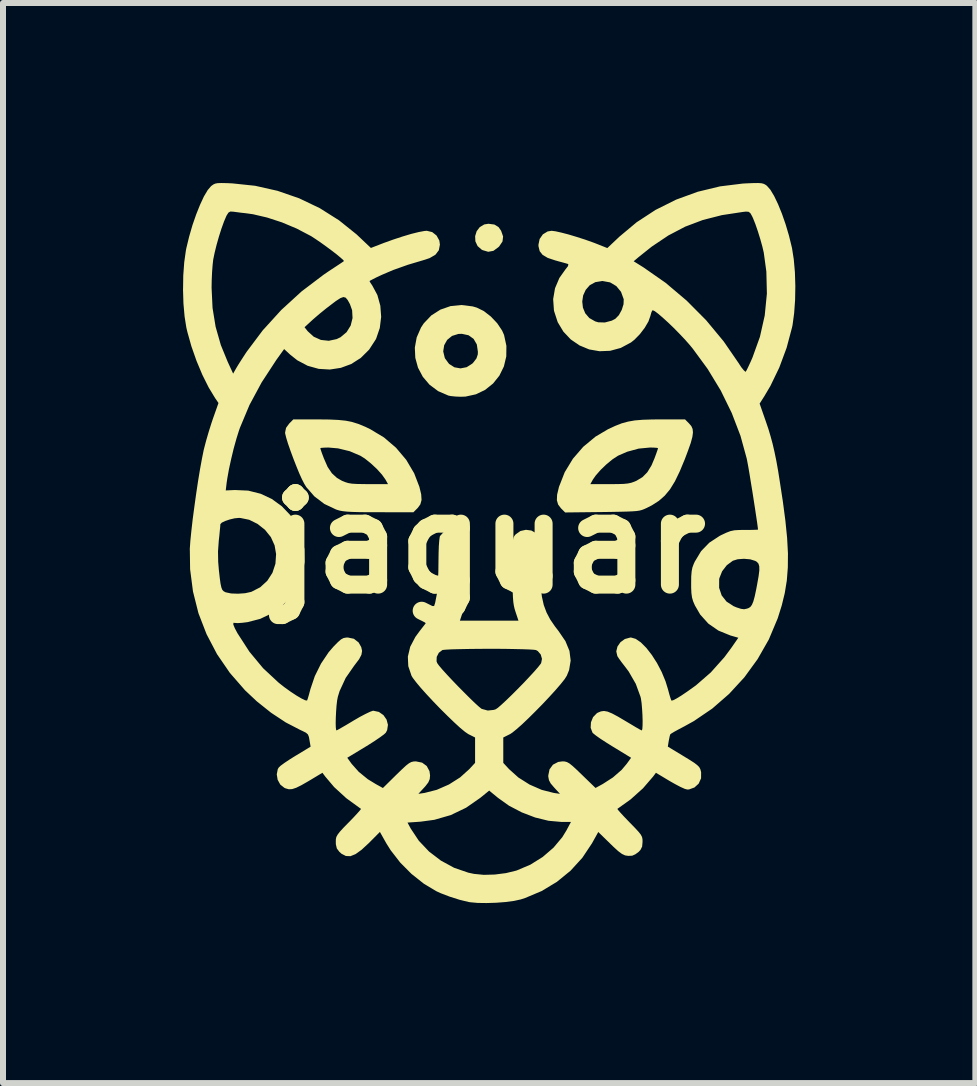
<source format=kicad_pcb>
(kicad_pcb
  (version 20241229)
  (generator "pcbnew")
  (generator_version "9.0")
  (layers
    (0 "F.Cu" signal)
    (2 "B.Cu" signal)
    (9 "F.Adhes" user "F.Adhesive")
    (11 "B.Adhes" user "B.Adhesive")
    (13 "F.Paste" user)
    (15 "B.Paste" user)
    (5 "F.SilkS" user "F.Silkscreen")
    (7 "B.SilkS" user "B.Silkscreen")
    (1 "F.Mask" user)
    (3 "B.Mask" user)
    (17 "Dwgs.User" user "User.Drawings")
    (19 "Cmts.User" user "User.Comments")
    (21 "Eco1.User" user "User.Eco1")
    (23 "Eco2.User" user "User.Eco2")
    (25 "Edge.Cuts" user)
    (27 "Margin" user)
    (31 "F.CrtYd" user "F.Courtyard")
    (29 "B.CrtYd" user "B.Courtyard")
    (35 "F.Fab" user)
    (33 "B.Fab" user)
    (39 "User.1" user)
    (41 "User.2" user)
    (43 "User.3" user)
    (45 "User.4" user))
  (footprint "jaguar"
    (layer "F.Cu")
    (at 5.102 6.003)
    (property "Reference" "jaguar" (at 0 0 0) (layer "F.SilkS") (effects (font (size 1.524 1.524) (thickness 0.3))))
    (attr board_only exclude_from_pos_files exclude_from_bom)
    (fp_poly (pts (xy 0.087 -5.311) (xy 0.157 -5.268) (xy 0.199 -5.207) (xy 0.232 -5.112) (xy 0.222 -5.029) (xy 0.167 -4.947) (xy 0.155 -4.935) (xy 0.071 -4.873) (xy -0.016 -4.857) (xy -0.111 -4.885) (xy -0.123 -4.891) (xy -0.193 -4.952) (xy -0.23 -5.031) (xy -0.234 -5.117) (xy -0.209 -5.199) (xy -0.157 -5.268) (xy -0.082 -5.313) (xy -0.012 -5.324)) (stroke (width 0) (type solid)) (fill yes) (layer "F.SilkS"))
    (fp_poly (pts (xy -0.276 -3.947) (xy -0.207 -3.927) (xy -0.089 -3.869) (xy 0.028 -3.778) (xy 0.134 -3.666) (xy 0.215 -3.545) (xy 0.248 -3.471) (xy 0.287 -3.29) (xy 0.285 -3.113) (xy 0.245 -2.946) (xy 0.17 -2.793) (xy 0.065 -2.662) (xy -0.067 -2.556) (xy -0.221 -2.482) (xy -0.394 -2.444) (xy -0.476 -2.441) (xy -0.564 -2.445) (xy -0.641 -2.453) (xy -0.68 -2.461) (xy -0.851 -2.535) (xy -0.994 -2.642) (xy -1.106 -2.774) (xy -1.186 -2.925) (xy -1.231 -3.089) (xy -1.236 -3.197) (xy -0.766 -3.197) (xy -0.74 -3.089) (xy -0.735 -3.079) (xy -0.668 -2.988) (xy -0.579 -2.932) (xy -0.478 -2.914) (xy -0.375 -2.934) (xy -0.281 -2.994) (xy -0.264 -3.012) (xy -0.212 -3.08) (xy -0.19 -3.146) (xy -0.188 -3.19) (xy -0.206 -3.313) (xy -0.26 -3.406) (xy -0.344 -3.466) (xy -0.455 -3.49) (xy -0.513 -3.488) (xy -0.619 -3.455) (xy -0.7 -3.389) (xy -0.75 -3.3) (xy -0.766 -3.197) (xy -1.236 -3.197) (xy -1.239 -3.26) (xy -1.208 -3.43) (xy -1.136 -3.595) (xy -1.089 -3.666) (xy -0.964 -3.797) (xy -0.813 -3.893) (xy -0.644 -3.952) (xy -0.462 -3.97)) (stroke (width 0) (type solid)) (fill yes) (layer "F.SilkS"))
    (fp_poly (pts (xy 3.332 -1.995) (xy 3.369 -1.952) (xy 3.39 -1.904) (xy 3.396 -1.846) (xy 3.386 -1.771) (xy 3.359 -1.671) (xy 3.313 -1.541) (xy 3.26 -1.4) (xy 3.175 -1.196) (xy 3.095 -1.031) (xy 3.014 -0.899) (xy 2.926 -0.793) (xy 2.828 -0.707) (xy 2.713 -0.633) (xy 2.627 -0.589) (xy 2.587 -0.571) (xy 2.549 -0.556) (xy 2.509 -0.545) (xy 2.458 -0.537) (xy 2.391 -0.532) (xy 2.301 -0.528) (xy 2.182 -0.525) (xy 2.027 -0.522) (xy 1.882 -0.52) (xy 1.266 -0.513) (xy 1.196 -0.583) (xy 1.149 -0.645) (xy 1.128 -0.717) (xy 1.132 -0.809) (xy 1.161 -0.931) (xy 1.163 -0.94) (xy 1.181 -0.985) (xy 1.686 -0.985) (xy 2.01 -0.985) (xy 2.144 -0.986) (xy 2.241 -0.989) (xy 2.312 -0.996) (xy 2.368 -1.008) (xy 2.419 -1.026) (xy 2.454 -1.041) (xy 2.555 -1.102) (xy 2.636 -1.184) (xy 2.705 -1.297) (xy 2.755 -1.415) (xy 2.784 -1.494) (xy 2.805 -1.554) (xy 2.814 -1.583) (xy 2.814 -1.584) (xy 2.793 -1.59) (xy 2.738 -1.594) (xy 2.679 -1.595) (xy 2.491 -1.577) (xy 2.3 -1.525) (xy 2.148 -1.459) (xy 2.056 -1.399) (xy 1.955 -1.316) (xy 1.857 -1.222) (xy 1.775 -1.128) (xy 1.728 -1.061) (xy 1.686 -0.985) (xy 1.181 -0.985) (xy 1.259 -1.184) (xy 1.395 -1.408) (xy 1.567 -1.607) (xy 1.772 -1.777) (xy 1.982 -1.901) (xy 2.101 -1.956) (xy 2.208 -1.998) (xy 2.314 -2.027) (xy 2.428 -2.047) (xy 2.562 -2.058) (xy 2.725 -2.063) (xy 2.856 -2.064) (xy 3.264 -2.064)) (stroke (width 0) (type solid)) (fill yes) (layer "F.SilkS"))
    (fp_poly (pts (xy -2.668 -2.062) (xy -2.515 -2.055) (xy -2.389 -2.042) (xy -2.278 -2.019) (xy -2.173 -1.986) (xy -2.063 -1.94) (xy -1.982 -1.901) (xy -1.753 -1.763) (xy -1.552 -1.591) (xy -1.383 -1.391) (xy -1.25 -1.166) (xy -1.163 -0.94) (xy -1.133 -0.815) (xy -1.127 -0.721) (xy -1.147 -0.648) (xy -1.192 -0.586) (xy -1.194 -0.585) (xy -1.263 -0.516) (xy -1.845 -0.517) (xy -2.03 -0.517) (xy -2.175 -0.519) (xy -2.286 -0.522) (xy -2.371 -0.527) (xy -2.436 -0.534) (xy -2.488 -0.543) (xy -2.533 -0.556) (xy -2.555 -0.564) (xy -2.747 -0.655) (xy -2.913 -0.781) (xy -3.047 -0.935) (xy -3.081 -0.99) (xy -3.119 -1.064) (xy -3.165 -1.165) (xy -3.214 -1.285) (xy -3.264 -1.413) (xy -3.311 -1.54) (xy -3.326 -1.584) (xy -2.814 -1.584) (xy -2.807 -1.558) (xy -2.787 -1.5) (xy -2.758 -1.423) (xy -2.755 -1.415) (xy -2.692 -1.271) (xy -2.621 -1.166) (xy -2.537 -1.089) (xy -2.454 -1.041) (xy -2.4 -1.019) (xy -2.349 -1.003) (xy -2.288 -0.993) (xy -2.208 -0.988) (xy -2.099 -0.986) (xy -2.01 -0.985) (xy -1.686 -0.985) (xy -1.728 -1.061) (xy -1.787 -1.144) (xy -1.872 -1.238) (xy -1.972 -1.331) (xy -2.073 -1.412) (xy -2.148 -1.459) (xy -2.325 -1.534) (xy -2.518 -1.581) (xy -2.679 -1.595) (xy -2.751 -1.593) (xy -2.801 -1.589) (xy -2.814 -1.584) (xy -3.326 -1.584) (xy -3.352 -1.658) (xy -3.382 -1.756) (xy -3.399 -1.825) (xy -3.401 -1.845) (xy -3.385 -1.923) (xy -3.333 -1.994) (xy -3.332 -1.995) (xy -3.264 -2.064) (xy -2.856 -2.064)) (stroke (width 0) (type solid)) (fill yes) (layer "F.SilkS"))
    (fp_poly (pts (xy -4.368 -6.001) (xy -4.28 -5.997) (xy -3.9 -5.957) (xy -3.527 -5.873) (xy -3.166 -5.748) (xy -2.823 -5.584) (xy -2.503 -5.382) (xy -2.21 -5.147) (xy -2.17 -5.109) (xy -1.971 -4.921) (xy -1.754 -5.005) (xy -1.598 -5.061) (xy -1.443 -5.112) (xy -1.299 -5.155) (xy -1.174 -5.186) (xy -1.078 -5.204) (xy -1.039 -5.207) (xy -0.949 -5.185) (xy -0.877 -5.128) (xy -0.831 -5.045) (xy -0.821 -4.977) (xy -0.839 -4.883) (xy -0.895 -4.809) (xy -0.992 -4.752) (xy -1.071 -4.725) (xy -1.353 -4.641) (xy -1.598 -4.554) (xy -1.788 -4.473) (xy -1.876 -4.432) (xy -1.945 -4.397) (xy -1.986 -4.375) (xy -1.994 -4.368) (xy -1.981 -4.344) (xy -1.951 -4.299) (xy -1.946 -4.291) (xy -1.863 -4.136) (xy -1.814 -3.959) (xy -1.8 -3.773) (xy -1.823 -3.587) (xy -1.882 -3.414) (xy -1.89 -3.397) (xy -2.001 -3.226) (xy -2.139 -3.089) (xy -2.298 -2.987) (xy -2.472 -2.923) (xy -2.655 -2.895) (xy -2.841 -2.906) (xy -3.024 -2.957) (xy -3.198 -3.049) (xy -3.314 -3.141) (xy -3.417 -3.236) (xy -3.547 -3.055) (xy -3.792 -2.68) (xy -3.994 -2.305) (xy -4.154 -1.923) (xy -4.171 -1.874) (xy -4.213 -1.739) (xy -4.258 -1.577) (xy -4.3 -1.402) (xy -4.337 -1.232) (xy -4.364 -1.081) (xy -4.375 -1.008) (xy -4.39 -0.88) (xy -4.237 -0.887) (xy -4.016 -0.877) (xy -3.809 -0.825) (xy -3.621 -0.737) (xy -3.455 -0.616) (xy -3.314 -0.468) (xy -3.202 -0.297) (xy -3.122 -0.106) (xy -3.079 0.098) (xy -3.076 0.313) (xy -3.109 0.505) (xy -3.184 0.703) (xy -3.298 0.882) (xy -3.445 1.038) (xy -3.619 1.166) (xy -3.815 1.26) (xy -4.026 1.315) (xy -4.029 1.315) (xy -4.118 1.326) (xy -4.19 1.331) (xy -4.233 1.328) (xy -4.235 1.328) (xy -4.262 1.326) (xy -4.264 1.355) (xy -4.239 1.416) (xy -4.195 1.499) (xy -3.996 1.807) (xy -3.767 2.083) (xy -3.508 2.324) (xy -3.414 2.398) (xy -3.307 2.475) (xy -3.208 2.54) (xy -3.126 2.588) (xy -3.066 2.617) (xy -3.036 2.621) (xy -3.035 2.621) (xy -3.025 2.595) (xy -3.007 2.535) (xy -2.985 2.454) (xy -2.979 2.431) (xy -2.906 2.215) (xy -2.802 2.005) (xy -2.675 1.816) (xy -2.593 1.721) (xy -2.521 1.648) (xy -2.47 1.603) (xy -2.427 1.58) (xy -2.384 1.572) (xy -2.355 1.571) (xy -2.254 1.592) (xy -2.176 1.653) (xy -2.132 1.731) (xy -2.118 1.794) (xy -2.129 1.859) (xy -2.168 1.933) (xy -2.24 2.028) (xy -2.25 2.041) (xy -2.391 2.244) (xy -2.493 2.464) (xy -2.522 2.559) (xy -2.534 2.621) (xy -2.544 2.707) (xy -2.551 2.805) (xy -2.556 2.906) (xy -2.558 2.998) (xy -2.556 3.07) (xy -2.55 3.113) (xy -2.545 3.119) (xy -2.521 3.108) (xy -2.465 3.076) (xy -2.385 3.03) (xy -2.288 2.972) (xy -2.26 2.955) (xy -2.155 2.894) (xy -2.06 2.844) (xy -1.984 2.808) (xy -1.936 2.791) (xy -1.931 2.791) (xy -1.838 2.811) (xy -1.762 2.864) (xy -1.71 2.939) (xy -1.687 3.026) (xy -1.7 3.114) (xy -1.723 3.158) (xy -1.755 3.187) (xy -1.819 3.234) (xy -1.907 3.294) (xy -2.012 3.361) (xy -2.061 3.391) (xy -2.365 3.575) (xy -2.292 3.676) (xy -2.175 3.808) (xy -2.023 3.932) (xy -1.892 4.012) (xy -1.771 4.079) (xy -1.546 3.857) (xy -1.453 3.767) (xy -1.387 3.706) (xy -1.337 3.667) (xy -1.298 3.646) (xy -1.261 3.637) (xy -1.221 3.635) (xy -1.118 3.656) (xy -1.041 3.712) (xy -0.995 3.798) (xy -0.985 3.869) (xy -0.991 3.931) (xy -1.014 3.985) (xy -1.062 4.048) (xy -1.083 4.071) (xy -1.18 4.176) (xy -1.077 4.161) (xy -0.873 4.109) (xy -0.67 4.02) (xy -0.484 3.902) (xy -0.331 3.764) (xy -0.235 3.66) (xy -0.235 3.237) (xy -0.349 3.18) (xy -0.404 3.142) (xy -0.485 3.075) (xy -0.583 2.985) (xy -0.694 2.878) (xy -0.811 2.762) (xy -0.928 2.641) (xy -1.039 2.522) (xy -1.138 2.412) (xy -1.218 2.316) (xy -1.274 2.242) (xy -1.294 2.209) (xy -1.348 2.049) (xy -1.352 1.967) (xy -0.877 1.967) (xy -0.866 1.997) (xy -0.837 2.038) (xy -0.781 2.104) (xy -0.705 2.188) (xy -0.615 2.284) (xy -0.517 2.386) (xy -0.417 2.487) (xy -0.323 2.581) (xy -0.239 2.662) (xy -0.173 2.722) (xy -0.13 2.757) (xy -0.122 2.761) (xy -0.023 2.788) (xy 0.078 2.777) (xy 0.108 2.767) (xy 0.143 2.744) (xy 0.203 2.692) (xy 0.283 2.618) (xy 0.375 2.529) (xy 0.475 2.429) (xy 0.575 2.327) (xy 0.669 2.227) (xy 0.752 2.137) (xy 0.817 2.062) (xy 0.858 2.01) (xy 0.866 1.997) (xy 0.88 1.927) (xy 0.859 1.854) (xy 0.81 1.797) (xy 0.78 1.78) (xy 0.744 1.775) (xy 0.666 1.77) (xy 0.554 1.766) (xy 0.414 1.763) (xy 0.252 1.76) (xy 0.074 1.759) (xy 0 1.759) (xy -0.182 1.76) (xy -0.351 1.762) (xy -0.501 1.765) (xy -0.625 1.768) (xy -0.717 1.773) (xy -0.771 1.778) (xy -0.78 1.78) (xy -0.839 1.825) (xy -0.874 1.893) (xy -0.877 1.967) (xy -1.352 1.967) (xy -1.355 1.888) (xy -1.316 1.725) (xy -1.23 1.561) (xy -1.158 1.463) (xy -1.067 1.346) (xy -0.995 1.233) (xy -0.94 1.117) (xy -0.9 0.991) (xy -0.872 0.846) (xy -0.855 0.676) (xy -0.847 0.472) (xy -0.845 0.297) (xy -0.843 0.164) (xy -0.839 0.046) (xy -0.832 -0.046) (xy -0.824 -0.105) (xy -0.82 -0.119) (xy -0.761 -0.184) (xy -0.679 -0.218) (xy -0.587 -0.222) (xy -0.498 -0.193) (xy -0.444 -0.15) (xy -0.426 -0.13) (xy -0.412 -0.109) (xy -0.402 -0.08) (xy -0.395 -0.038) (xy -0.391 0.024) (xy -0.389 0.112) (xy -0.388 0.233) (xy -0.388 0.392) (xy -0.388 0.453) (xy -0.389 0.632) (xy -0.391 0.771) (xy -0.395 0.877) (xy -0.4 0.959) (xy -0.408 1.024) (xy -0.419 1.078) (xy -0.434 1.13) (xy -0.439 1.143) (xy -0.488 1.29) (xy 0.488 1.29) (xy 0.439 1.143) (xy 0.423 1.091) (xy 0.411 1.038) (xy 0.402 0.977) (xy 0.396 0.901) (xy 0.392 0.801) (xy 0.39 0.671) (xy 0.389 0.504) (xy 0.388 0.453) (xy 0.388 0.28) (xy 0.388 0.148) (xy 0.39 0.05) (xy 0.393 -0.02) (xy 0.399 -0.068) (xy 0.408 -0.1) (xy 0.421 -0.123) (xy 0.437 -0.143) (xy 0.444 -0.15) (xy 0.521 -0.204) (xy 0.612 -0.224) (xy 0.703 -0.212) (xy 0.78 -0.169) (xy 0.82 -0.119) (xy 0.829 -0.08) (xy 0.836 -0.002) (xy 0.841 0.106) (xy 0.844 0.235) (xy 0.845 0.309) (xy 0.848 0.54) (xy 0.859 0.732) (xy 0.879 0.893) (xy 0.91 1.031) (xy 0.956 1.154) (xy 1.017 1.27) (xy 1.097 1.387) (xy 1.158 1.466) (xy 1.271 1.632) (xy 1.338 1.795) (xy 1.358 1.954) (xy 1.332 2.113) (xy 1.294 2.207) (xy 1.258 2.264) (xy 1.192 2.347) (xy 1.105 2.448) (xy 1.001 2.562) (xy 0.888 2.682) (xy 0.77 2.802) (xy 0.655 2.916) (xy 0.548 3.018) (xy 0.455 3.1) (xy 0.383 3.158) (xy 0.349 3.18) (xy 0.235 3.237) (xy 0.235 3.66) (xy 0.331 3.764) (xy 0.487 3.904) (xy 0.674 4.022) (xy 0.876 4.11) (xy 1.077 4.161) (xy 1.18 4.176) (xy 1.083 4.071) (xy 1.025 4.003) (xy 0.996 3.948) (xy 0.985 3.889) (xy 0.985 3.869) (xy 1.006 3.767) (xy 1.063 3.69) (xy 1.149 3.645) (xy 1.219 3.635) (xy 1.26 3.637) (xy 1.297 3.647) (xy 1.338 3.67) (xy 1.389 3.711) (xy 1.459 3.775) (xy 1.544 3.857) (xy 1.772 4.078) (xy 1.893 4.012) (xy 2.062 3.903) (xy 2.207 3.777) (xy 2.292 3.676) (xy 2.365 3.575) (xy 2.06 3.389) (xy 1.951 3.321) (xy 1.854 3.258) (xy 1.779 3.205) (xy 1.732 3.167) (xy 1.722 3.157) (xy 1.691 3.075) (xy 1.696 2.984) (xy 1.731 2.898) (xy 1.794 2.833) (xy 1.809 2.824) (xy 1.862 2.802) (xy 1.914 2.795) (xy 1.974 2.806) (xy 2.049 2.837) (xy 2.148 2.89) (xy 2.258 2.955) (xy 2.359 3.015) (xy 2.444 3.066) (xy 2.507 3.102) (xy 2.54 3.119) (xy 2.543 3.119) (xy 2.552 3.098) (xy 2.556 3.04) (xy 2.557 2.957) (xy 2.554 2.86) (xy 2.548 2.759) (xy 2.54 2.665) (xy 2.529 2.588) (xy 2.522 2.559) (xy 2.443 2.343) (xy 2.325 2.138) (xy 2.265 2.058) (xy 2.209 1.986) (xy 2.162 1.921) (xy 2.136 1.881) (xy 2.118 1.802) (xy 2.138 1.721) (xy 2.188 1.649) (xy 2.261 1.596) (xy 2.349 1.572) (xy 2.364 1.571) (xy 2.441 1.593) (xy 2.527 1.652) (xy 2.619 1.744) (xy 2.71 1.861) (xy 2.797 1.997) (xy 2.875 2.146) (xy 2.939 2.301) (xy 2.979 2.431) (xy 3.002 2.517) (xy 3.022 2.583) (xy 3.035 2.619) (xy 3.036 2.622) (xy 3.063 2.618) (xy 3.121 2.588) (xy 3.203 2.538) (xy 3.302 2.471) (xy 3.414 2.391) (xy 3.446 2.368) (xy 3.693 2.153) (xy 3.919 1.9) (xy 4.032 1.748) (xy 4.152 1.575) (xy 4.017 1.536) (xy 3.821 1.456) (xy 3.653 1.34) (xy 3.517 1.189) (xy 3.428 1.036) (xy 3.398 0.966) (xy 3.38 0.903) (xy 3.37 0.829) (xy 3.366 0.743) (xy 3.832 0.743) (xy 3.874 0.869) (xy 3.955 0.972) (xy 4.074 1.049) (xy 4.122 1.069) (xy 4.196 1.093) (xy 4.248 1.1) (xy 4.295 1.09) (xy 4.321 1.081) (xy 4.352 1.062) (xy 4.378 1.027) (xy 4.402 0.97) (xy 4.426 0.882) (xy 4.452 0.758) (xy 4.466 0.683) (xy 4.49 0.548) (xy 4.502 0.451) (xy 4.501 0.384) (xy 4.487 0.339) (xy 4.459 0.309) (xy 4.434 0.294) (xy 4.35 0.268) (xy 4.245 0.259) (xy 4.14 0.267) (xy 4.06 0.292) (xy 3.96 0.366) (xy 3.882 0.467) (xy 3.837 0.58) (xy 3.833 0.599) (xy 3.832 0.743) (xy 3.366 0.743) (xy 3.366 0.732) (xy 3.366 0.668) (xy 3.367 0.553) (xy 3.374 0.469) (xy 3.387 0.403) (xy 3.411 0.339) (xy 3.427 0.305) (xy 3.532 0.131) (xy 3.668 -0.009) (xy 3.84 -0.122) (xy 3.863 -0.134) (xy 3.952 -0.176) (xy 4.02 -0.202) (xy 4.087 -0.216) (xy 4.169 -0.221) (xy 4.26 -0.222) (xy 4.355 -0.222) (xy 4.429 -0.224) (xy 4.473 -0.226) (xy 4.48 -0.228) (xy 4.476 -0.265) (xy 4.466 -0.34) (xy 4.45 -0.446) (xy 4.431 -0.573) (xy 4.409 -0.715) (xy 4.386 -0.863) (xy 4.362 -1.009) (xy 4.34 -1.145) (xy 4.32 -1.263) (xy 4.303 -1.355) (xy 4.292 -1.411) (xy 4.188 -1.79) (xy 4.042 -2.171) (xy 3.859 -2.545) (xy 3.641 -2.904) (xy 3.394 -3.241) (xy 3.344 -3.302) (xy 3.264 -3.393) (xy 3.173 -3.489) (xy 3.077 -3.587) (xy 2.981 -3.679) (xy 2.892 -3.76) (xy 2.816 -3.825) (xy 2.759 -3.868) (xy 2.726 -3.883) (xy 2.722 -3.883) (xy 2.705 -3.853) (xy 2.689 -3.798) (xy 2.687 -3.789) (xy 2.654 -3.696) (xy 2.592 -3.59) (xy 2.511 -3.484) (xy 2.421 -3.392) (xy 2.363 -3.346) (xy 2.193 -3.255) (xy 2.016 -3.207) (xy 1.839 -3.2) (xy 1.666 -3.23) (xy 1.505 -3.297) (xy 1.36 -3.396) (xy 1.237 -3.526) (xy 1.142 -3.684) (xy 1.082 -3.868) (xy 1.079 -3.884) (xy 1.069 -4.029) (xy 1.551 -4.029) (xy 1.562 -3.927) (xy 1.601 -3.832) (xy 1.669 -3.753) (xy 1.767 -3.697) (xy 1.818 -3.682) (xy 1.928 -3.679) (xy 2.042 -3.709) (xy 2.102 -3.74) (xy 2.161 -3.801) (xy 2.209 -3.888) (xy 2.239 -3.983) (xy 2.242 -4.066) (xy 2.197 -4.19) (xy 2.119 -4.285) (xy 2.015 -4.347) (xy 1.889 -4.37) (xy 1.885 -4.37) (xy 1.769 -4.351) (xy 1.676 -4.3) (xy 1.609 -4.223) (xy 1.566 -4.13) (xy 1.551 -4.029) (xy 1.069 -4.029) (xy 1.066 -4.067) (xy 1.097 -4.249) (xy 1.17 -4.421) (xy 1.269 -4.561) (xy 1.312 -4.616) (xy 1.32 -4.646) (xy 1.31 -4.655) (xy 1.273 -4.666) (xy 1.204 -4.685) (xy 1.152 -4.699) (xy 2.408 -4.699) (xy 2.57 -4.598) (xy 2.94 -4.34) (xy 3.29 -4.044) (xy 3.615 -3.717) (xy 3.907 -3.365) (xy 4.152 -3.009) (xy 4.201 -2.934) (xy 4.243 -2.882) (xy 4.27 -2.858) (xy 4.275 -2.859) (xy 4.292 -2.887) (xy 4.322 -2.949) (xy 4.361 -3.033) (xy 4.389 -3.098) (xy 4.512 -3.44) (xy 4.592 -3.796) (xy 4.628 -4.16) (xy 4.619 -4.527) (xy 4.576 -4.843) (xy 4.552 -4.945) (xy 4.518 -5.068) (xy 4.478 -5.197) (xy 4.437 -5.316) (xy 4.399 -5.412) (xy 4.383 -5.447) (xy 4.354 -5.499) (xy 4.325 -5.523) (xy 4.279 -5.527) (xy 4.227 -5.521) (xy 3.879 -5.468) (xy 3.561 -5.387) (xy 3.267 -5.276) (xy 2.986 -5.129) (xy 2.71 -4.944) (xy 2.488 -4.767) (xy 2.408 -4.699) (xy 1.152 -4.699) (xy 1.118 -4.709) (xy 1.102 -4.713) (xy 0.976 -4.755) (xy 0.891 -4.805) (xy 0.842 -4.867) (xy 0.822 -4.948) (xy 0.821 -4.975) (xy 0.841 -5.071) (xy 0.895 -5.148) (xy 0.974 -5.196) (xy 1.039 -5.207) (xy 1.103 -5.199) (xy 1.202 -5.177) (xy 1.325 -5.145) (xy 1.461 -5.104) (xy 1.601 -5.059) (xy 1.736 -5.011) (xy 1.788 -4.991) (xy 1.969 -4.919) (xy 2.169 -5.108) (xy 2.457 -5.349) (xy 2.774 -5.556) (xy 3.115 -5.726) (xy 3.474 -5.857) (xy 3.846 -5.947) (xy 4.226 -5.994) (xy 4.28 -5.997) (xy 4.4 -6.002) (xy 4.483 -6.003) (xy 4.539 -5.999) (xy 4.577 -5.989) (xy 4.608 -5.972) (xy 4.63 -5.955) (xy 4.686 -5.891) (xy 4.748 -5.788) (xy 4.813 -5.653) (xy 4.878 -5.493) (xy 4.94 -5.315) (xy 4.996 -5.126) (xy 5.043 -4.934) (xy 5.047 -4.916) (xy 5.076 -4.731) (xy 5.095 -4.516) (xy 5.102 -4.285) (xy 5.098 -4.052) (xy 5.082 -3.832) (xy 5.056 -3.639) (xy 5.047 -3.596) (xy 4.957 -3.258) (xy 4.835 -2.929) (xy 4.687 -2.622) (xy 4.584 -2.448) (xy 4.507 -2.327) (xy 4.608 -2.037) (xy 4.652 -1.908) (xy 4.689 -1.784) (xy 4.723 -1.659) (xy 4.754 -1.525) (xy 4.785 -1.375) (xy 4.816 -1.201) (xy 4.848 -0.997) (xy 4.885 -0.754) (xy 4.893 -0.704) (xy 4.936 -0.377) (xy 4.965 -0.089) (xy 4.979 0.169) (xy 4.977 0.403) (xy 4.96 0.621) (xy 4.926 0.83) (xy 4.876 1.035) (xy 4.81 1.246) (xy 4.805 1.259) (xy 4.66 1.604) (xy 4.474 1.93) (xy 4.253 2.234) (xy 3.999 2.51) (xy 3.718 2.755) (xy 3.412 2.963) (xy 3.255 3.05) (xy 3.162 3.099) (xy 3.085 3.141) (xy 3.034 3.172) (xy 3.018 3.184) (xy 3.008 3.217) (xy 2.996 3.276) (xy 2.992 3.295) (xy 2.977 3.389) (xy 3.223 3.538) (xy 3.336 3.607) (xy 3.416 3.658) (xy 3.468 3.698) (xy 3.501 3.732) (xy 3.519 3.766) (xy 3.53 3.807) (xy 3.532 3.819) (xy 3.531 3.918) (xy 3.491 4.006) (xy 3.421 4.07) (xy 3.33 4.103) (xy 3.301 4.104) (xy 3.259 4.093) (xy 3.188 4.061) (xy 3.099 4.014) (xy 3.012 3.965) (xy 2.779 3.825) (xy 2.732 3.888) (xy 2.564 4.083) (xy 2.358 4.268) (xy 2.136 4.427) (xy 2.148 4.445) (xy 2.187 4.49) (xy 2.247 4.555) (xy 2.324 4.635) (xy 2.341 4.653) (xy 2.429 4.743) (xy 2.489 4.808) (xy 2.527 4.856) (xy 2.547 4.895) (xy 2.555 4.933) (xy 2.556 4.976) (xy 2.549 5.055) (xy 2.521 5.111) (xy 2.492 5.142) (xy 2.437 5.183) (xy 2.386 5.206) (xy 2.381 5.207) (xy 2.318 5.21) (xy 2.265 5.202) (xy 2.212 5.177) (xy 2.149 5.13) (xy 2.069 5.057) (xy 2.02 5.009) (xy 1.818 4.812) (xy 1.713 5.001) (xy 1.553 5.241) (xy 1.356 5.457) (xy 1.128 5.643) (xy 0.874 5.796) (xy 0.599 5.912) (xy 0.525 5.936) (xy 0.415 5.96) (xy 0.273 5.979) (xy 0.115 5.991) (xy -0.045 5.996) (xy -0.192 5.994) (xy -0.312 5.983) (xy -0.34 5.979) (xy -0.492 5.942) (xy -0.656 5.89) (xy -0.808 5.832) (xy -0.88 5.799) (xy -1.09 5.673) (xy -1.295 5.51) (xy -1.482 5.322) (xy -1.641 5.117) (xy -1.714 5.001) (xy -1.821 4.811) (xy -2.007 4.998) (xy -2.126 5.108) (xy -2.226 5.18) (xy -2.312 5.215) (xy -2.388 5.212) (xy -2.46 5.175) (xy -2.497 5.142) (xy -2.539 5.086) (xy -2.555 5.017) (xy -2.556 4.977) (xy -2.555 4.933) (xy -2.547 4.895) (xy -2.526 4.856) (xy -2.489 4.808) (xy -2.429 4.742) (xy -2.344 4.655) (xy -1.361 4.655) (xy -1.307 4.755) (xy -1.173 4.957) (xy -1.003 5.137) (xy -0.804 5.289) (xy -0.583 5.409) (xy -0.347 5.49) (xy -0.253 5.51) (xy -0.09 5.526) (xy 0.094 5.521) (xy 0.28 5.497) (xy 0.449 5.456) (xy 0.464 5.451) (xy 0.687 5.356) (xy 0.892 5.228) (xy 1.072 5.073) (xy 1.218 4.899) (xy 1.286 4.788) (xy 1.363 4.644) (xy 1.201 4.644) (xy 0.989 4.625) (xy 0.765 4.57) (xy 0.541 4.484) (xy 0.329 4.373) (xy 0.147 4.243) (xy 0 4.122) (xy -0.147 4.242) (xy -0.384 4.407) (xy -0.64 4.53) (xy -0.914 4.609) (xy -1.144 4.64) (xy -1.361 4.655) (xy -2.344 4.655) (xy -2.341 4.653) (xy -2.262 4.571) (xy -2.198 4.502) (xy -2.154 4.452) (xy -2.136 4.428) (xy -2.136 4.427) (xy -2.381 4.249) (xy -2.583 4.064) (xy -2.732 3.888) (xy -2.779 3.825) (xy -3.012 3.965) (xy -3.129 4.032) (xy -3.216 4.075) (xy -3.283 4.097) (xy -3.338 4.1) (xy -3.392 4.085) (xy -3.413 4.076) (xy -3.481 4.022) (xy -3.525 3.942) (xy -3.54 3.851) (xy -3.523 3.765) (xy -3.508 3.739) (xy -3.476 3.708) (xy -3.412 3.661) (xy -3.325 3.603) (xy -3.226 3.541) (xy -3.225 3.541) (xy -2.976 3.39) (xy -2.992 3.296) (xy -3.004 3.228) (xy -3.021 3.186) (xy -3.054 3.157) (xy -3.114 3.127) (xy -3.151 3.11) (xy -3.39 2.986) (xy -3.634 2.825) (xy -3.872 2.635) (xy -4.069 2.45) (xy -4.321 2.161) (xy -4.535 1.849) (xy -4.71 1.515) (xy -4.845 1.166) (xy -4.936 0.804) (xy -4.984 0.433) (xy -4.988 0.136) (xy -4.519 0.136) (xy -4.516 0.31) (xy -4.505 0.443) (xy -4.49 0.577) (xy -4.477 0.673) (xy -4.463 0.737) (xy -4.447 0.777) (xy -4.425 0.8) (xy -4.395 0.816) (xy -4.389 0.818) (xy -4.3 0.837) (xy -4.186 0.841) (xy -4.069 0.833) (xy -3.968 0.811) (xy -3.962 0.809) (xy -3.816 0.734) (xy -3.698 0.626) (xy -3.612 0.493) (xy -3.562 0.342) (xy -3.551 0.18) (xy -3.576 0.035) (xy -3.638 -0.102) (xy -3.736 -0.224) (xy -3.86 -0.322) (xy -3.999 -0.391) (xy -4.145 -0.421) (xy -4.175 -0.422) (xy -4.245 -0.415) (xy -4.324 -0.396) (xy -4.398 -0.371) (xy -4.455 -0.344) (xy -4.479 -0.319) (xy -4.48 -0.317) (xy -4.482 -0.28) (xy -4.489 -0.209) (xy -4.498 -0.114) (xy -4.506 -0.045) (xy -4.519 0.136) (xy -4.988 0.136) (xy -4.989 0.094) (xy -4.98 -0.038) (xy -4.963 -0.205) (xy -4.941 -0.399) (xy -4.913 -0.609) (xy -4.883 -0.825) (xy -4.851 -1.038) (xy -4.818 -1.237) (xy -4.786 -1.412) (xy -4.757 -1.555) (xy -4.75 -1.583) (xy -4.717 -1.709) (xy -4.674 -1.857) (xy -4.628 -2.003) (xy -4.603 -2.077) (xy -4.511 -2.337) (xy -4.566 -2.417) (xy -4.674 -2.595) (xy -4.78 -2.807) (xy -4.878 -3.041) (xy -4.963 -3.284) (xy -5.03 -3.523) (xy -5.047 -3.596) (xy -5.076 -3.78) (xy -5.095 -3.996) (xy -5.102 -4.227) (xy -5.101 -4.257) (xy -4.626 -4.257) (xy -4.61 -3.921) (xy -4.559 -3.608) (xy -4.472 -3.303) (xy -4.359 -3.027) (xy -4.267 -2.827) (xy -4.214 -2.92) (xy -4.176 -2.983) (xy -4.121 -3.069) (xy -4.06 -3.163) (xy -4.039 -3.194) (xy -3.772 -3.55) (xy -3.726 -3.6) (xy -3.077 -3.6) (xy -3.024 -3.533) (xy -2.924 -3.442) (xy -2.804 -3.388) (xy -2.673 -3.374) (xy -2.542 -3.402) (xy -2.476 -3.434) (xy -2.376 -3.518) (xy -2.308 -3.628) (xy -2.277 -3.753) (xy -2.284 -3.883) (xy -2.32 -3.984) (xy -2.358 -4.053) (xy -2.392 -4.093) (xy -2.43 -4.103) (xy -2.481 -4.084) (xy -2.555 -4.036) (xy -2.617 -3.989) (xy -2.719 -3.911) (xy -2.825 -3.825) (xy -2.917 -3.746) (xy -2.94 -3.726) (xy -3.077 -3.6) (xy -3.726 -3.6) (xy -3.465 -3.887) (xy -3.126 -4.197) (xy -2.759 -4.475) (xy -2.674 -4.533) (xy -2.58 -4.595) (xy -2.501 -4.647) (xy -2.446 -4.684) (xy -2.421 -4.702) (xy -2.42 -4.702) (xy -2.432 -4.72) (xy -2.476 -4.759) (xy -2.542 -4.814) (xy -2.625 -4.878) (xy -2.717 -4.946) (xy -2.81 -5.013) (xy -2.897 -5.072) (xy -2.969 -5.119) (xy -2.979 -5.124) (xy -3.208 -5.244) (xy -3.453 -5.347) (xy -3.701 -5.428) (xy -3.937 -5.483) (xy -4.052 -5.499) (xy -4.142 -5.509) (xy -4.225 -5.52) (xy -4.262 -5.525) (xy -4.312 -5.528) (xy -4.345 -5.51) (xy -4.376 -5.461) (xy -4.382 -5.448) (xy -4.418 -5.364) (xy -4.46 -5.248) (xy -4.503 -5.113) (xy -4.543 -4.972) (xy -4.576 -4.838) (xy -4.599 -4.726) (xy -4.599 -4.726) (xy -4.609 -4.636) (xy -4.618 -4.516) (xy -4.624 -4.381) (xy -4.626 -4.257) (xy -5.101 -4.257) (xy -5.098 -4.461) (xy -5.082 -4.681) (xy -5.055 -4.874) (xy -5.047 -4.916) (xy -5 -5.11) (xy -4.945 -5.3) (xy -4.883 -5.479) (xy -4.818 -5.641) (xy -4.754 -5.779) (xy -4.691 -5.885) (xy -4.634 -5.952) (xy -4.63 -5.955) (xy -4.598 -5.978) (xy -4.566 -5.993) (xy -4.524 -6.001) (xy -4.461 -6.003)) (stroke (width 0) (type solid)) (fill yes) (layer "F.SilkS")))
  (gr_rect
    (start -3 -3)
    (end 13.204 14.999)
    (stroke (width 0.1) (type default))
    (fill no)
    (layer "Edge.Cuts")))
</source>
